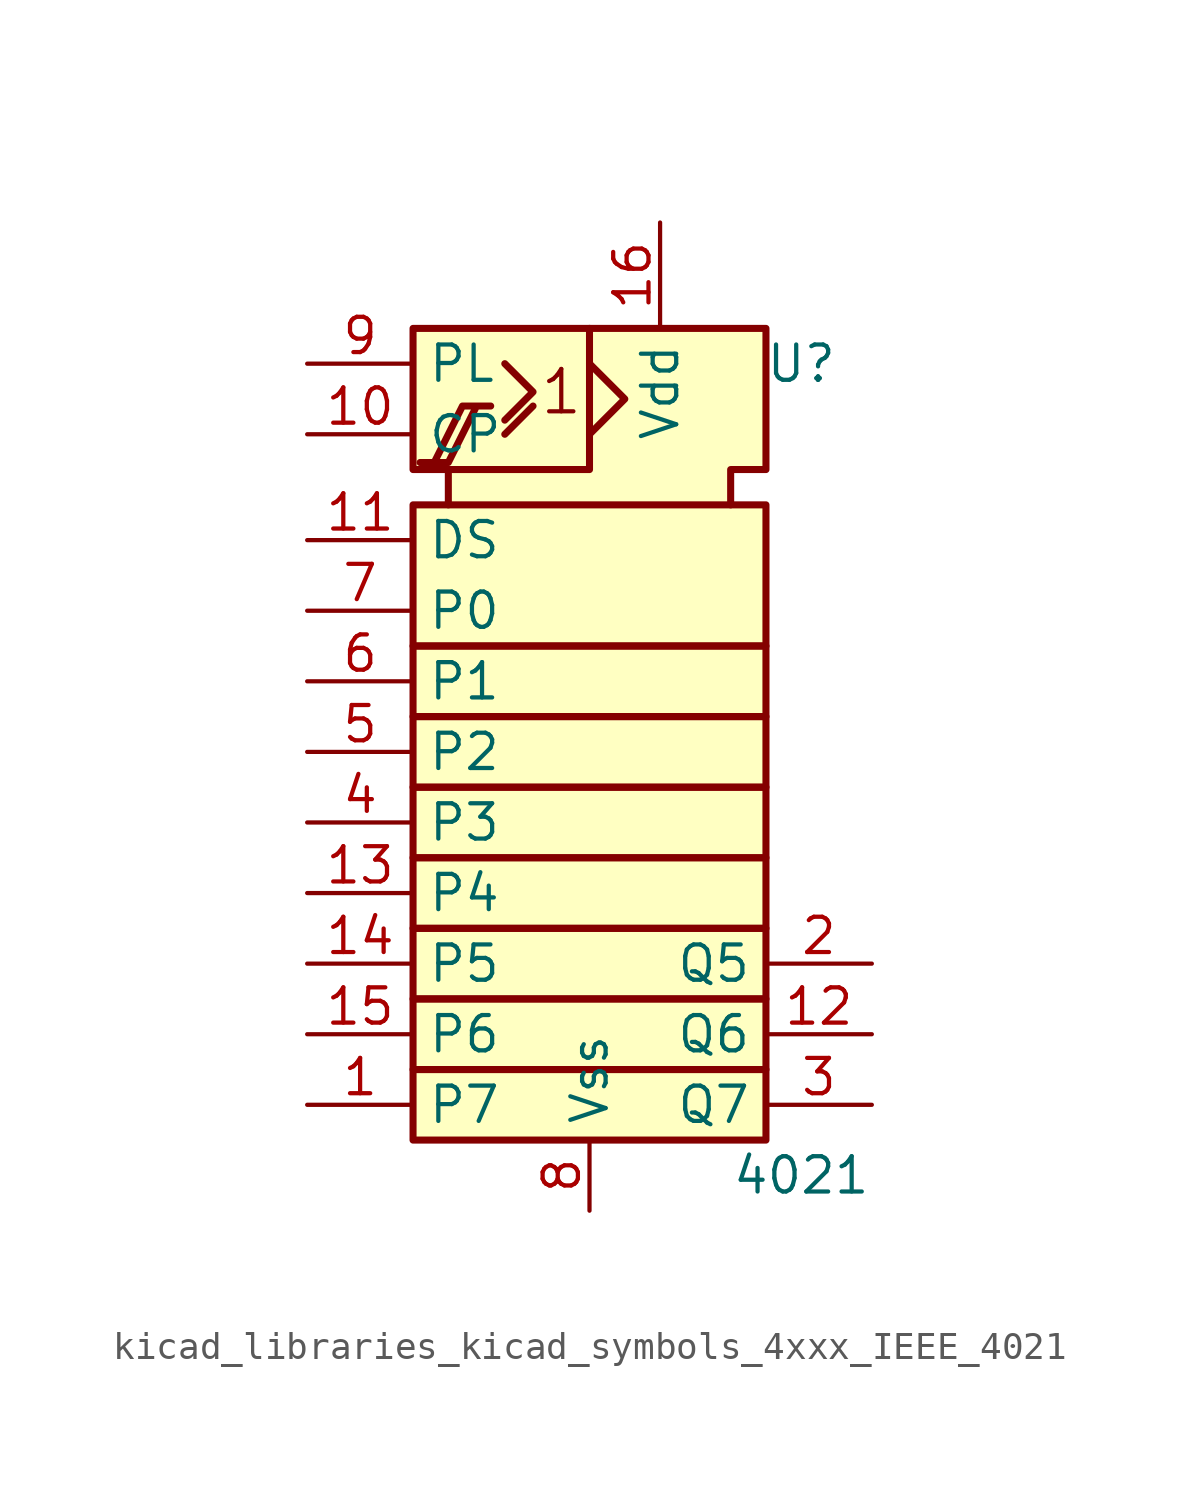
<source format=kicad_sym>
(kicad_symbol_lib
  (version 20220914)
  (generator kicad_symbol_editor)
  (symbol "kicad_libraries_kicad_symbols_4xxx_IEEE_4021"
    (property "Reference" "U"
      (at 7.62 7.62 0)
      (effects (font (size 1.27 1.27))))
    (property "Value" "4021"
      (at 7.62 -21.59 0)
      (effects (font (size 1.27 1.27))))
    (symbol "kicad_libraries_kicad_symbols_4xxx_IEEE_4021_0_0"
      (polyline (pts (xy -6.096 4.064) (xy -5.08 4.064) (xy -4.064 6.096) (xy -3.556 6.096) (xy -4.572 6.096) (xy -5.588 4.064) (xy -5.588 4.064)) (stroke (width 0.254) (type default)) (fill (type background)))
      (text "1" (at -1.016 6.604 0) (effects (font (size 1.524 1.524)))))
    (symbol "kicad_libraries_kicad_symbols_4xxx_IEEE_4021_0_1"
      (rectangle (start -6.35 -17.78) (end 6.35 -20.32) (stroke (width 0.254) (type default)) (fill (type background)))
      (rectangle (start -6.35 -15.24) (end 6.35 -17.78) (stroke (width 0.254) (type default)) (fill (type background)))
      (rectangle (start -6.35 -12.7) (end 6.35 -15.24) (stroke (width 0.254) (type default)) (fill (type background)))
      (rectangle (start -6.35 -10.16) (end 6.35 -12.7) (stroke (width 0.254) (type default)) (fill (type background)))
      (rectangle (start -6.35 -7.62) (end 6.35 -10.16) (stroke (width 0.254) (type default)) (fill (type background)))
      (rectangle (start -6.35 -5.08) (end 6.35 -7.62) (stroke (width 0.254) (type default)) (fill (type background)))
      (rectangle (start -6.35 -2.54) (end 6.35 -5.08) (stroke (width 0.254) (type default)) (fill (type background)))
      (rectangle (start -6.35 2.54) (end 6.35 -2.54) (stroke (width 0.254) (type default)) (fill (type background)))
      (polyline (pts (xy -3.048 5.08) (xy -2.032 6.096) (xy -2.032 6.096)) (stroke (width 0.254) (type default)) (fill (type background)))
      (polyline (pts (xy -3.048 7.62) (xy -2.032 6.604) (xy -3.048 5.588) (xy -3.048 5.588)) (stroke (width 0.254) (type default)) (fill (type background)))
      (polyline (pts (xy 0 7.62) (xy 1.27 6.35) (xy 0 5.08) (xy 0 5.08)) (stroke (width 0.254) (type default)) (fill (type background)))
      (polyline (pts (xy 0 8.89) (xy 0 3.81) (xy -5.08 3.81) (xy -5.08 3.81)) (stroke (width 0.254) (type default)) (fill (type background)))
      (polyline (pts (xy -5.08 2.54) (xy -5.08 3.81) (xy -6.35 3.81) (xy -6.35 8.89) (xy 6.35 8.89) (xy 6.35 3.81) (xy 5.08 3.81) (xy 5.08 2.54) (xy 5.08 2.54)) (stroke (width 0.254) (type default)) (fill (type background)))
      (pin power_in line (at 2.54 12.7 270) (length 3.81) (name "Vdd" (effects (font (size 1.27 1.27)))) (number "16" (effects (font (size 1.27 1.27)))))
      (pin power_in line (at 0 -22.86 90) (length 2.54) (name "Vss" (effects (font (size 1.27 1.27)))) (number "8" (effects (font (size 1.27 1.27))))))
    (symbol "kicad_libraries_kicad_symbols_4xxx_IEEE_4021_1_1"
      (pin input line (at -10.16 -19.05 0) (length 3.81) (name "P7" (effects (font (size 1.27 1.27)))) (number "1" (effects (font (size 1.27 1.27)))))
      (pin output line (at -10.16 5.08 0) (length 3.81) (name "CP" (effects (font (size 1.27 1.27)))) (number "10" (effects (font (size 1.27 1.27)))))
      (pin output line (at -10.16 1.27 0) (length 3.81) (name "DS" (effects (font (size 1.27 1.27)))) (number "11" (effects (font (size 1.27 1.27)))))
      (pin output line (at 10.16 -16.51 180) (length 3.81) (name "Q6" (effects (font (size 1.27 1.27)))) (number "12" (effects (font (size 1.27 1.27)))))
      (pin input line (at -10.16 -11.43 0) (length 3.81) (name "P4" (effects (font (size 1.27 1.27)))) (number "13" (effects (font (size 1.27 1.27)))))
      (pin input line (at -10.16 -13.97 0) (length 3.81) (name "P5" (effects (font (size 1.27 1.27)))) (number "14" (effects (font (size 1.27 1.27)))))
      (pin input line (at -10.16 -16.51 0) (length 3.81) (name "P6" (effects (font (size 1.27 1.27)))) (number "15" (effects (font (size 1.27 1.27)))))
      (pin output line (at 10.16 -13.97 180) (length 3.81) (name "Q5" (effects (font (size 1.27 1.27)))) (number "2" (effects (font (size 1.27 1.27)))))
      (pin output line (at 10.16 -19.05 180) (length 3.81) (name "Q7" (effects (font (size 1.27 1.27)))) (number "3" (effects (font (size 1.27 1.27)))))
      (pin input line (at -10.16 -8.89 0) (length 3.81) (name "P3" (effects (font (size 1.27 1.27)))) (number "4" (effects (font (size 1.27 1.27)))))
      (pin input line (at -10.16 -6.35 0) (length 3.81) (name "P2" (effects (font (size 1.27 1.27)))) (number "5" (effects (font (size 1.27 1.27)))))
      (pin input line (at -10.16 -3.81 0) (length 3.81) (name "P1" (effects (font (size 1.27 1.27)))) (number "6" (effects (font (size 1.27 1.27)))))
      (pin input line (at -10.16 -1.27 0) (length 3.81) (name "P0" (effects (font (size 1.27 1.27)))) (number "7" (effects (font (size 1.27 1.27)))))
      (pin output line (at -10.16 7.62 0) (length 3.81) (name "PL" (effects (font (size 1.27 1.27)))) (number "9" (effects (font (size 1.27 1.27))))))))
</source>
